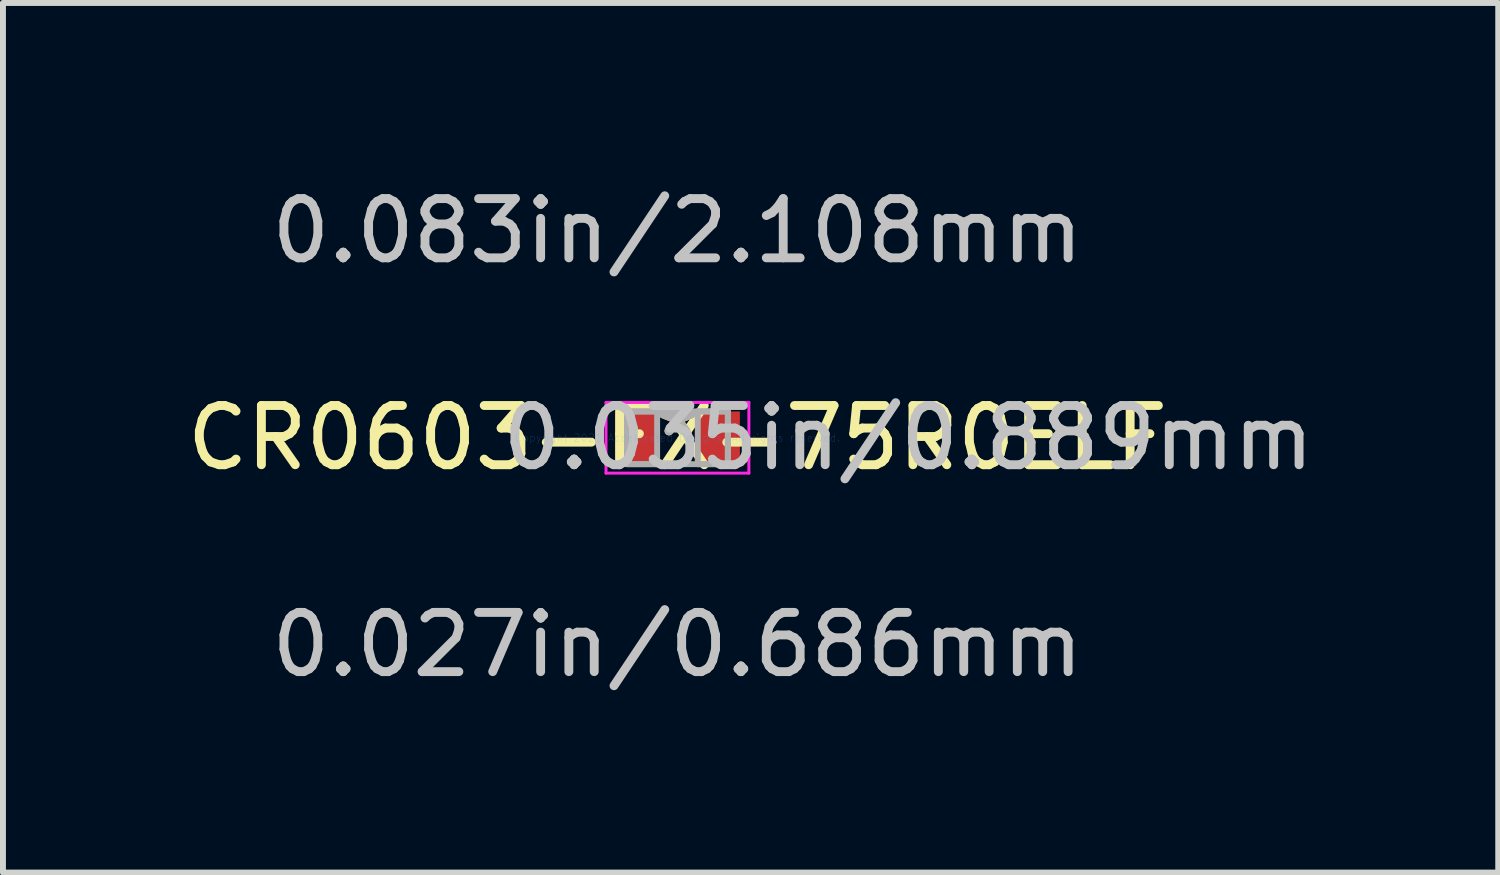
<source format=kicad_pcb>
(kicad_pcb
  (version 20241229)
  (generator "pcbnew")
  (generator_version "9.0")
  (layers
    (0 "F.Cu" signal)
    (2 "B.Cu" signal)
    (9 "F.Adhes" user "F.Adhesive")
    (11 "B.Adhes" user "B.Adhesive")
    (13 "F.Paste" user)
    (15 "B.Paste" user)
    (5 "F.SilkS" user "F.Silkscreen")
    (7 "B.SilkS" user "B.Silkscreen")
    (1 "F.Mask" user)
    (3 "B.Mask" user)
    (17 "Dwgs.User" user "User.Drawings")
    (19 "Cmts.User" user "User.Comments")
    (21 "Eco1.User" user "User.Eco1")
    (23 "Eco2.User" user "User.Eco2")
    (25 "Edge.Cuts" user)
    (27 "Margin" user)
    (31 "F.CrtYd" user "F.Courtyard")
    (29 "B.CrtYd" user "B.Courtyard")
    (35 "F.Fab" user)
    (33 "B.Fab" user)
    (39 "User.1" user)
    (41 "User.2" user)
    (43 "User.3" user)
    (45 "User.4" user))
  (footprint "CR0603-FX-75R0ELF"
    (layer "F.Cu")
    (at 8.387 4.341)
    (property "Reference" "CR0603-FX-75R0ELF" (at 0 0 0) (layer "F.SilkS") (effects (font (size 1 1) (thickness 0.15))))
    (attr through_hole)
    (fp_line (start -1.206 -0.597) (end 1.206 -0.597) (stroke (width 0.05) (type solid)) (layer "F.CrtYd"))
    (fp_line (start -1.206 0.597) (end -1.206 -0.597) (stroke (width 0.05) (type solid)) (layer "F.CrtYd"))
    (fp_line (start 1.206 -0.597) (end 1.206 0.597) (stroke (width 0.05) (type solid)) (layer "F.CrtYd"))
    (fp_line (start 1.206 0.597) (end -1.206 0.597) (stroke (width 0.05) (type solid)) (layer "F.CrtYd"))
    (fp_line (start -0.851 -0.445) (end -0.851 0.445) (stroke (width 0.1) (type solid)) (layer "F.Fab"))
    (fp_line (start -0.851 -0.445) (end -0.851 0.445) (stroke (width 0.1) (type solid)) (layer "F.Fab"))
    (fp_line (start -0.851 0.445) (end -0.343 0.445) (stroke (width 0.1) (type solid)) (layer "F.Fab"))
    (fp_line (start -0.851 0.445) (end 0.851 0.445) (stroke (width 0.1) (type solid)) (layer "F.Fab"))
    (fp_line (start -0.343 -0.445) (end -0.851 -0.445) (stroke (width 0.1) (type solid)) (layer "F.Fab"))
    (fp_line (start -0.343 0.445) (end -0.343 -0.445) (stroke (width 0.1) (type solid)) (layer "F.Fab"))
    (fp_line (start 0.343 -0.445) (end 0.343 0.445) (stroke (width 0.1) (type solid)) (layer "F.Fab"))
    (fp_line (start 0.343 0.445) (end 0.851 0.445) (stroke (width 0.1) (type solid)) (layer "F.Fab"))
    (fp_line (start 0.851 -0.445) (end -0.851 -0.445) (stroke (width 0.1) (type solid)) (layer "F.Fab"))
    (fp_line (start 0.851 -0.445) (end 0.343 -0.445) (stroke (width 0.1) (type solid)) (layer "F.Fab"))
    (fp_line (start 0.851 0.445) (end 0.851 -0.445) (stroke (width 0.1) (type solid)) (layer "F.Fab"))
    (fp_line (start 0.851 0.445) (end 0.851 -0.445) (stroke (width 0.1) (type solid)) (layer "F.Fab"))
    (fp_text user "*" (at 0 0 0) (layer "F.SilkS") (effects (font (size 1 1) (thickness 0.15))))
    (fp_text user "0.083in/2.108mm" (at 0 -3.493 0) (layer "Dwgs.User") (effects (font (size 1 1) (thickness 0.15))))
    (fp_text user "0.035in/0.889mm" (at 3.899 0 0) (layer "Dwgs.User") (effects (font (size 1 1) (thickness 0.15))))
    (fp_text user "0.027in/0.686mm" (at 0 3.493 0) (layer "Dwgs.User") (effects (font (size 1 1) (thickness 0.15))))
    (fp_text user "Copyright 2021 Accelerated Designs. All rights reserved." (at 0 0 0) (layer "Cmts.User") (effects (font (size 0.127 0.127) (thickness 0.002))))
    (fp_text user "*" (at 0 0 0) (layer "F.Fab") (effects (font (size 1 1) (thickness 0.15))))
    (pad "1" smd rect (at -0.699 0) (size 0.711 0.889) (layers "F.Cu" "F.Mask" "F.Paste"))
    (pad "2" smd rect (at 0.699 0) (size 0.711 0.889) (layers "F.Cu" "F.Mask" "F.Paste")))
  (gr_rect
    (start -3 -3)
    (end 22.244 11.681)
    (stroke (width 0.1) (type default))
    (fill no)
    (layer "Edge.Cuts")))
</source>
